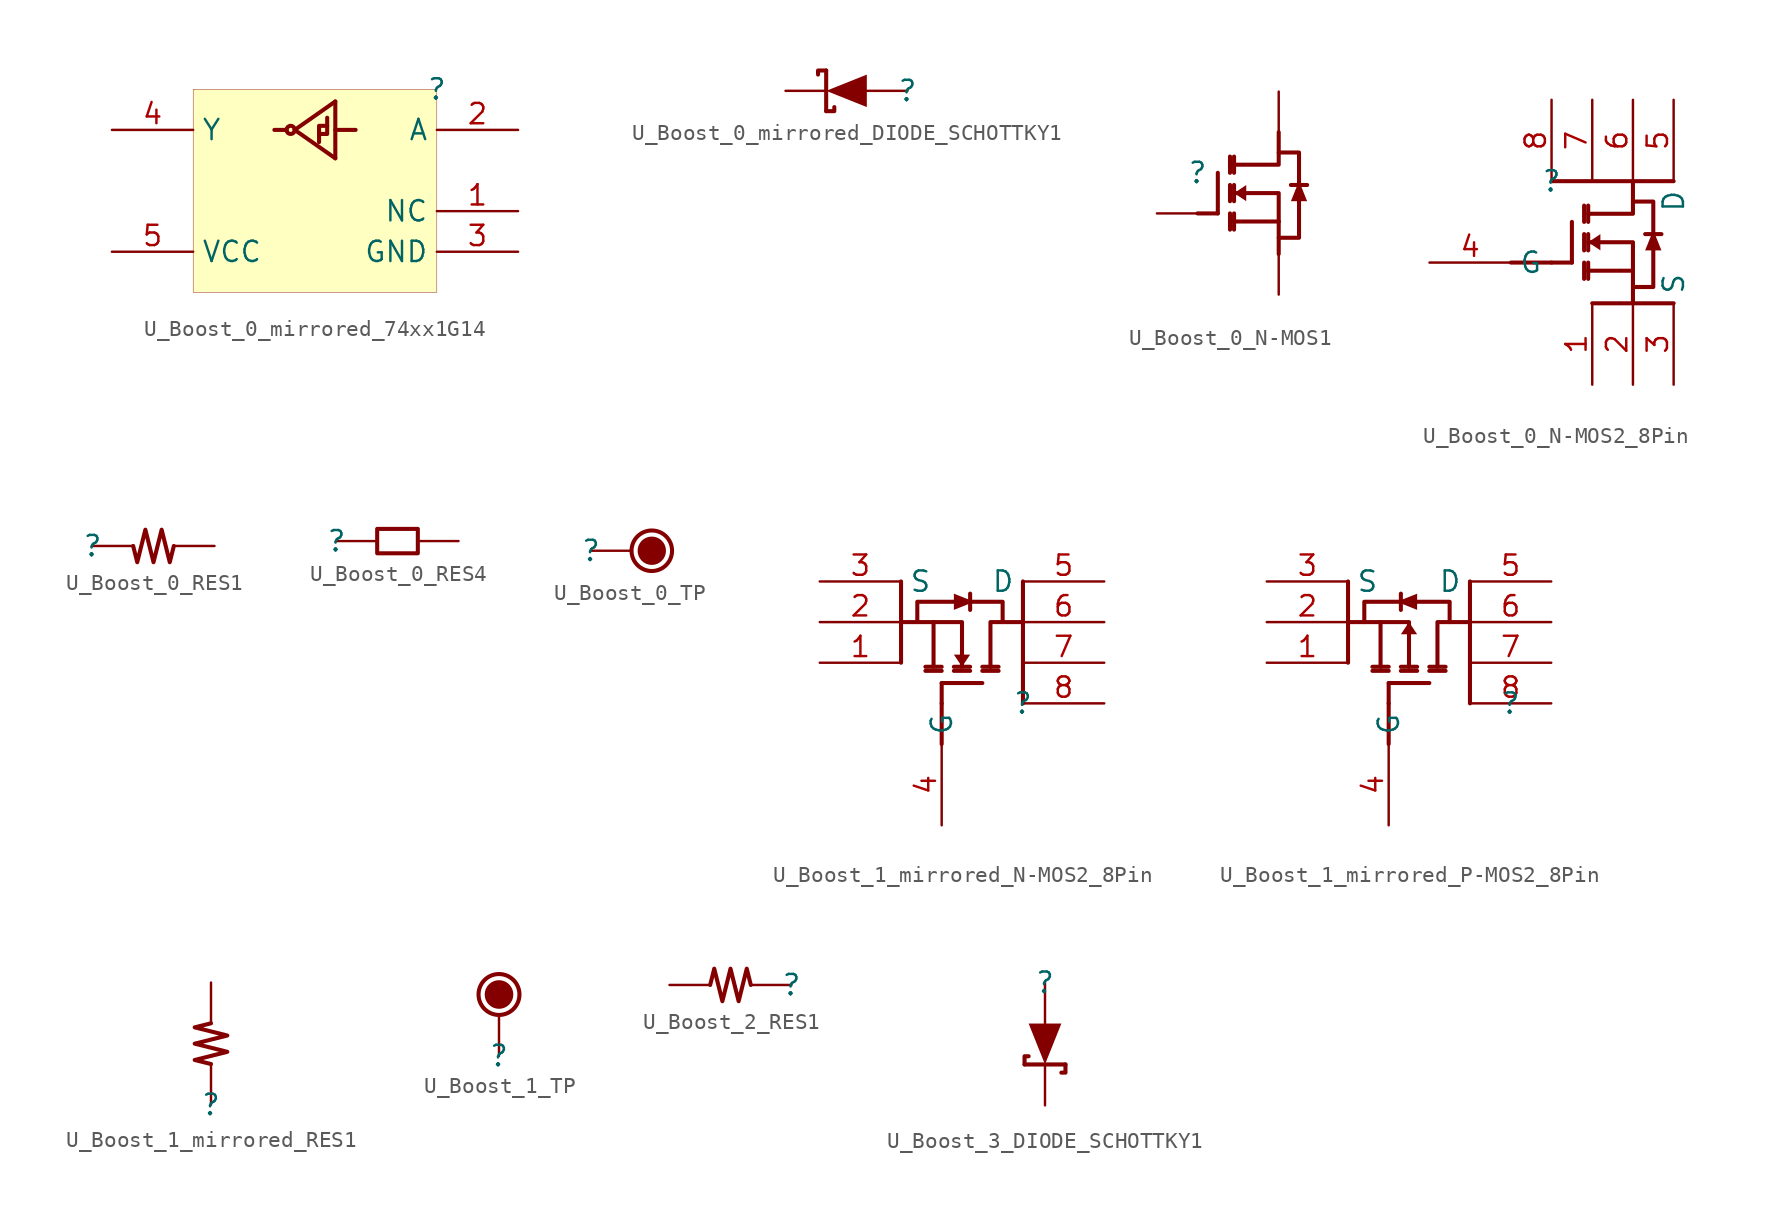
<source format=kicad_sym>
(kicad_symbol_lib
  (version 20231120)
  (generator "kicad_symbol_editor")
  (generator_version "8.0")
  (symbol "U_Boost_0_mirrored_74xx1G14"
    (property "Reference" ""
      (at 0 0 0)
      (effects (font (size 1.27 1.27))))
    (property "Value" ""
      (at 0 0 0)
      (effects (font (size 1.27 1.27))))
    (symbol "U_Boost_0_mirrored_74xx1G14_1_0"
      (circle (center -9.144 -2.54) (radius 0.254) (stroke (width 0.254) (type solid)) (fill (type none)))
      (rectangle (start 0 0) (end -15.24 -12.7) (stroke (width 0.025) (type solid) (color 128 0 0 1)) (fill (type background)))
      (polyline (pts (xy -9.398 -2.54) (xy -10.16 -2.54)) (stroke (width 0.254) (type solid)) (fill (type none)))
      (polyline (pts (xy -8.89 -2.54) (xy -6.35 -4.318)) (stroke (width 0.254) (type solid)) (fill (type none)))
      (polyline (pts (xy -8.89 -2.54) (xy -6.35 -0.762)) (stroke (width 0.254) (type solid)) (fill (type none)))
      (polyline (pts (xy -6.35 -2.54) (xy -5.08 -2.54)) (stroke (width 0.254) (type solid)) (fill (type none)))
      (polyline (pts (xy -6.35 -0.762) (xy -6.35 -4.318)) (stroke (width 0.254) (type solid)) (fill (type none)))
      (polyline (pts (xy -7.366 -3.302) (xy -7.366 -2.286) (xy -6.858 -2.286)) (stroke (width 0.254) (type solid)) (fill (type none)))
      (polyline (pts (xy -6.858 -1.778) (xy -6.858 -2.794) (xy -7.366 -2.794)) (stroke (width 0.254) (type solid)) (fill (type none)))
      (pin passive line (at 5.08 -7.62 180) (length 5.08) (name "NC" (effects (font (size 1.27 1.27)))) (number "1" (effects (font (size 1.27 1.27)))))
      (pin passive line (at 5.08 -2.54 180) (length 5.08) (name "A" (effects (font (size 1.27 1.27)))) (number "2" (effects (font (size 1.27 1.27)))))
      (pin passive line (at 5.08 -10.16 180) (length 5.08) (name "GND" (effects (font (size 1.27 1.27)))) (number "3" (effects (font (size 1.27 1.27)))))
      (pin passive line (at -20.32 -2.54 0) (length 5.08) (name "Y" (effects (font (size 1.27 1.27)))) (number "4" (effects (font (size 1.27 1.27)))))
      (pin passive line (at -20.32 -10.16 0) (length 5.08) (name "VCC" (effects (font (size 1.27 1.27)))) (number "5" (effects (font (size 1.27 1.27)))))))
  (symbol "U_Boost_0_mirrored_DIODE_SCHOTTKY1"
    (property "Reference" ""
      (at 0 0 0)
      (effects (font (size 1.27 1.27))))
    (property "Value" ""
      (at 0 0 0)
      (effects (font (size 1.27 1.27))))
    (symbol "U_Boost_0_mirrored_DIODE_SCHOTTKY1_1_0"
      (polyline (pts (xy -5.08 1.27) (xy -5.08 -1.27)) (stroke (width 0.254) (type solid)) (fill (type none)))
      (polyline (pts (xy -5.08 -1.27) (xy -4.572 -1.27) (xy -4.572 -1.016)) (stroke (width 0.254) (type solid)) (fill (type none)))
      (polyline (pts (xy -5.08 1.27) (xy -5.588 1.27) (xy -5.588 1.016)) (stroke (width 0.254) (type solid)) (fill (type none)))
      (polyline (pts (xy -5.08 0) (xy -2.54 1.016) (xy -2.54 -1.016) (xy -5.08 0)) (stroke (width -0.0001) (type solid)) (fill (type outline)))
      (pin passive line (at 0 0 180) (length 2.54) (name "A" (effects (font (size 0 0)))) (number "A" (effects (font (size 0 0)))))
      (pin passive line (at -7.62 0 0) (length 2.54) (name "K" (effects (font (size 0 0)))) (number "K" (effects (font (size 0 0)))))))
  (symbol "U_Boost_0_N-MOS1"
    (property "Reference" ""
      (at 0 0 0)
      (effects (font (size 1.27 1.27))))
    (property "Value" ""
      (at 0 0 0)
      (effects (font (size 1.27 1.27))))
    (symbol "U_Boost_0_N-MOS1_1_0"
      (polyline (pts (xy 0 -2.54) (xy 1.27 -2.54)) (stroke (width 0.254) (type solid)) (fill (type none)))
      (polyline (pts (xy 1.27 -2.54) (xy 1.27 0)) (stroke (width 0.254) (type solid)) (fill (type none)))
      (polyline (pts (xy 2.032 -2.54) (xy 2.032 -3.556)) (stroke (width 0.254) (type solid)) (fill (type none)))
      (polyline (pts (xy 2.032 -0.762) (xy 2.032 -1.778)) (stroke (width 0.254) (type solid)) (fill (type none)))
      (polyline (pts (xy 2.032 0) (xy 2.032 1.016)) (stroke (width 0.254) (type solid)) (fill (type none)))
      (polyline (pts (xy 2.286 -2.54) (xy 2.286 -3.556)) (stroke (width 0.254) (type solid)) (fill (type none)))
      (polyline (pts (xy 2.286 -0.762) (xy 2.286 -1.778)) (stroke (width 0.254) (type solid)) (fill (type none)))
      (polyline (pts (xy 2.286 1.016) (xy 2.286 0)) (stroke (width 0.254) (type solid)) (fill (type none)))
      (polyline (pts (xy 5.08 -5.08) (xy 5.08 -3.048)) (stroke (width 0.254) (type solid)) (fill (type none)))
      (polyline (pts (xy 5.08 -3.048) (xy 2.286 -3.048)) (stroke (width 0.254) (type solid)) (fill (type none)))
      (polyline (pts (xy 6.858 -0.762) (xy 5.842 -0.762)) (stroke (width 0.254) (type solid)) (fill (type none)))
      (polyline (pts (xy 5.08 -3.048) (xy 5.08 -1.27) (xy 2.286 -1.27)) (stroke (width 0.254) (type solid)) (fill (type none)))
      (polyline (pts (xy 5.08 2.54) (xy 5.08 0.508) (xy 2.286 0.508)) (stroke (width 0.254) (type solid)) (fill (type none)))
      (polyline (pts (xy 3.048 -1.778) (xy 3.048 -0.762) (xy 2.286 -1.27) (xy 3.048 -1.778)) (stroke (width -0.0001) (type solid)) (fill (type outline)))
      (polyline (pts (xy 5.08 1.27) (xy 6.35 1.27) (xy 6.35 -4.064) (xy 5.08 -4.064)) (stroke (width 0.254) (type solid)) (fill (type none)))
      (polyline (pts (xy 5.842 -1.778) (xy 6.858 -1.778) (xy 6.35 -0.508) (xy 5.842 -1.778)) (stroke (width -0.0001) (type solid)) (fill (type outline)))
      (pin passive line (at 5.08 5.08 270) (length 2.54) (name "D" (effects (font (size 0 0)))) (number "D" (effects (font (size 0 0)))))
      (pin passive line (at -2.54 -2.54 0) (length 2.54) (name "G" (effects (font (size 0 0)))) (number "G" (effects (font (size 0 0)))))
      (pin passive line (at 5.08 -7.62 90) (length 2.54) (name "S" (effects (font (size 0 0)))) (number "S" (effects (font (size 0 0)))))))
  (symbol "U_Boost_0_N-MOS2_8Pin"
    (property "Reference" ""
      (at 0 0 0)
      (effects (font (size 1.27 1.27))))
    (property "Value" ""
      (at 0 0 0)
      (effects (font (size 1.27 1.27))))
    (symbol "U_Boost_0_N-MOS2_8Pin_1_0"
      (polyline (pts (xy -2.54 -5.08) (xy 0 -5.08)) (stroke (width 0.254) (type solid)) (fill (type none)))
      (polyline (pts (xy 0 -5.08) (xy 1.27 -5.08)) (stroke (width 0.254) (type solid)) (fill (type none)))
      (polyline (pts (xy 0 0) (xy 7.62 0)) (stroke (width 0.254) (type solid)) (fill (type none)))
      (polyline (pts (xy 1.27 -5.08) (xy 1.27 -2.54)) (stroke (width 0.254) (type solid)) (fill (type none)))
      (polyline (pts (xy 2.032 -5.08) (xy 2.032 -6.096)) (stroke (width 0.254) (type solid)) (fill (type none)))
      (polyline (pts (xy 2.032 -3.302) (xy 2.032 -4.318)) (stroke (width 0.254) (type solid)) (fill (type none)))
      (polyline (pts (xy 2.032 -2.54) (xy 2.032 -1.524)) (stroke (width 0.254) (type solid)) (fill (type none)))
      (polyline (pts (xy 2.286 -5.08) (xy 2.286 -6.096)) (stroke (width 0.254) (type solid)) (fill (type none)))
      (polyline (pts (xy 2.286 -3.302) (xy 2.286 -4.318)) (stroke (width 0.254) (type solid)) (fill (type none)))
      (polyline (pts (xy 2.286 -1.524) (xy 2.286 -2.54)) (stroke (width 0.254) (type solid)) (fill (type none)))
      (polyline (pts (xy 2.54 -7.62) (xy 7.62 -7.62)) (stroke (width 0.254) (type solid)) (fill (type none)))
      (polyline (pts (xy 5.08 -7.62) (xy 5.08 -5.588)) (stroke (width 0.254) (type solid)) (fill (type none)))
      (polyline (pts (xy 5.08 -5.588) (xy 2.286 -5.588)) (stroke (width 0.254) (type solid)) (fill (type none)))
      (polyline (pts (xy 6.858 -3.302) (xy 5.842 -3.302)) (stroke (width 0.254) (type solid)) (fill (type none)))
      (polyline (pts (xy 5.08 -5.588) (xy 5.08 -3.81) (xy 2.286 -3.81)) (stroke (width 0.254) (type solid)) (fill (type none)))
      (polyline (pts (xy 5.08 0) (xy 5.08 -2.032) (xy 2.286 -2.032)) (stroke (width 0.254) (type solid)) (fill (type none)))
      (polyline (pts (xy 3.048 -4.318) (xy 3.048 -3.302) (xy 2.286 -3.81) (xy 3.048 -4.318)) (stroke (width -0.0001) (type solid)) (fill (type outline)))
      (polyline (pts (xy 5.08 -1.27) (xy 6.35 -1.27) (xy 6.35 -6.604) (xy 5.08 -6.604)) (stroke (width 0.254) (type solid)) (fill (type none)))
      (polyline (pts (xy 5.842 -4.318) (xy 6.858 -4.318) (xy 6.35 -3.048) (xy 5.842 -4.318)) (stroke (width -0.0001) (type solid)) (fill (type outline)))
      (pin passive line (at 2.54 -12.7 90) (length 5.08) (name "S" (effects (font (size 0 0)))) (number "1" (effects (font (size 1.27 1.27)))))
      (pin passive line (at 5.08 -12.7 90) (length 5.08) (name "S" (effects (font (size 0 0)))) (number "2" (effects (font (size 1.27 1.27)))))
      (pin passive line (at 7.62 -12.7 90) (length 5.08) (name "S" (effects (font (size 1.27 1.27)))) (number "3" (effects (font (size 1.27 1.27)))))
      (pin passive line (at -7.62 -5.08 0) (length 5.08) (name "G" (effects (font (size 1.27 1.27)))) (number "4" (effects (font (size 1.27 1.27)))))
      (pin passive line (at 7.62 5.08 270) (length 5.08) (name "D" (effects (font (size 1.27 1.27)))) (number "5" (effects (font (size 1.27 1.27)))))
      (pin passive line (at 5.08 5.08 270) (length 5.08) (name "D" (effects (font (size 0 0)))) (number "6" (effects (font (size 1.27 1.27)))))
      (pin passive line (at 2.54 5.08 270) (length 5.08) (name "D" (effects (font (size 0 0)))) (number "7" (effects (font (size 1.27 1.27)))))
      (pin passive line (at 0 5.08 270) (length 5.08) (name "D" (effects (font (size 0 0)))) (number "8" (effects (font (size 1.27 1.27)))))))
  (symbol "U_Boost_0_RES1"
    (property "Reference" ""
      (at 0 0 0)
      (effects (font (size 1.27 1.27))))
    (property "Value" ""
      (at 0 0 0)
      (effects (font (size 1.27 1.27))))
    (symbol "U_Boost_0_RES1_1_0"
      (polyline (pts (xy 2.54 0) (xy 2.794 -1.016) (xy 3.302 1.016) (xy 3.81 -1.016) (xy 4.318 1.016) (xy 4.826 -1.016) (xy 5.08 0)) (stroke (width 0.254) (type solid)) (fill (type none)))
      (pin passive line (at 0 0 0) (length 2.54) (name "1" (effects (font (size 0 0)))) (number "1" (effects (font (size 0 0)))))
      (pin passive line (at 7.62 0 180) (length 2.54) (name "2" (effects (font (size 0 0)))) (number "2" (effects (font (size 0 0)))))))
  (symbol "U_Boost_0_RES4"
    (property "Reference" ""
      (at 0 0 0)
      (effects (font (size 1.27 1.27))))
    (property "Value" ""
      (at 0 0 0)
      (effects (font (size 1.27 1.27))))
    (symbol "U_Boost_0_RES4_1_0"
      (polyline (pts (xy 2.54 0) (xy 2.54 0.762) (xy 5.08 0.762) (xy 5.08 -0.762) (xy 2.54 -0.762) (xy 2.54 0)) (stroke (width 0.254) (type solid)) (fill (type none)))
      (pin passive line (at 0 0 0) (length 2.54) (name "1" (effects (font (size 0 0)))) (number "1" (effects (font (size 0 0)))))
      (pin passive line (at 7.62 0 180) (length 2.54) (name "2" (effects (font (size 0 0)))) (number "2" (effects (font (size 0 0)))))))
  (symbol "U_Boost_0_TP"
    (property "Reference" ""
      (at 0 0 0)
      (effects (font (size 1.27 1.27))))
    (property "Value" ""
      (at 0 0 0)
      (effects (font (size 1.27 1.27))))
    (symbol "U_Boost_0_TP_1_0"
      (circle (center 3.81 0) (radius 0.762) (stroke (width 0.254) (type solid)) (fill (type outline)))
      (circle (center 3.81 0) (radius 1.27) (stroke (width 0.254) (type solid)) (fill (type none)))
      (pin passive line (at 0 0 0) (length 2.54) (name "1" (effects (font (size 0 0)))) (number "1" (effects (font (size 0 0)))))))
  (symbol "U_Boost_1_mirrored_N-MOS2_8Pin"
    (property "Reference" ""
      (at 0 0 0)
      (effects (font (size 1.27 1.27))))
    (property "Value" ""
      (at 0 0 0)
      (effects (font (size 1.27 1.27))))
    (symbol "U_Boost_1_mirrored_N-MOS2_8Pin_1_0"
      (polyline (pts (xy -7.62 2.54) (xy -7.62 7.62)) (stroke (width 0.254) (type solid)) (fill (type none)))
      (polyline (pts (xy -7.62 5.08) (xy -5.588 5.08)) (stroke (width 0.254) (type solid)) (fill (type none)))
      (polyline (pts (xy -5.588 5.08) (xy -5.588 2.286)) (stroke (width 0.254) (type solid)) (fill (type none)))
      (polyline (pts (xy -5.08 -2.54) (xy -5.08 0)) (stroke (width 0.254) (type solid)) (fill (type none)))
      (polyline (pts (xy -5.08 0) (xy -5.08 1.27)) (stroke (width 0.254) (type solid)) (fill (type none)))
      (polyline (pts (xy -5.08 1.27) (xy -2.54 1.27)) (stroke (width 0.254) (type solid)) (fill (type none)))
      (polyline (pts (xy -5.08 2.032) (xy -6.096 2.032)) (stroke (width 0.254) (type solid)) (fill (type none)))
      (polyline (pts (xy -5.08 2.286) (xy -6.096 2.286)) (stroke (width 0.254) (type solid)) (fill (type none)))
      (polyline (pts (xy -3.302 2.032) (xy -4.318 2.032)) (stroke (width 0.254) (type solid)) (fill (type none)))
      (polyline (pts (xy -3.302 2.286) (xy -4.318 2.286)) (stroke (width 0.254) (type solid)) (fill (type none)))
      (polyline (pts (xy -3.302 6.858) (xy -3.302 5.842)) (stroke (width 0.254) (type solid)) (fill (type none)))
      (polyline (pts (xy -2.54 2.032) (xy -1.524 2.032)) (stroke (width 0.254) (type solid)) (fill (type none)))
      (polyline (pts (xy -1.524 2.286) (xy -2.54 2.286)) (stroke (width 0.254) (type solid)) (fill (type none)))
      (polyline (pts (xy 0 0) (xy 0 7.62)) (stroke (width 0.254) (type solid)) (fill (type none)))
      (polyline (pts (xy -5.588 5.08) (xy -3.81 5.08) (xy -3.81 2.286)) (stroke (width 0.254) (type solid)) (fill (type none)))
      (polyline (pts (xy 0 5.08) (xy -2.032 5.08) (xy -2.032 2.286)) (stroke (width 0.254) (type solid)) (fill (type none)))
      (polyline (pts (xy -4.318 3.048) (xy -3.302 3.048) (xy -3.81 2.286) (xy -4.318 3.048)) (stroke (width -0.0001) (type solid)) (fill (type outline)))
      (polyline (pts (xy -4.318 5.842) (xy -4.318 6.858) (xy -3.048 6.35) (xy -4.318 5.842)) (stroke (width -0.0001) (type solid)) (fill (type outline)))
      (polyline (pts (xy -1.27 5.08) (xy -1.27 6.35) (xy -6.604 6.35) (xy -6.604 5.08)) (stroke (width 0.254) (type solid)) (fill (type none)))
      (pin passive line (at -12.7 2.54 0) (length 5.08) (name "S" (effects (font (size 0 0)))) (number "1" (effects (font (size 1.27 1.27)))))
      (pin passive line (at -12.7 5.08 0) (length 5.08) (name "S" (effects (font (size 0 0)))) (number "2" (effects (font (size 1.27 1.27)))))
      (pin passive line (at -12.7 7.62 0) (length 5.08) (name "S" (effects (font (size 1.27 1.27)))) (number "3" (effects (font (size 1.27 1.27)))))
      (pin passive line (at -5.08 -7.62 90) (length 5.08) (name "G" (effects (font (size 1.27 1.27)))) (number "4" (effects (font (size 1.27 1.27)))))
      (pin passive line (at 5.08 7.62 180) (length 5.08) (name "D" (effects (font (size 1.27 1.27)))) (number "5" (effects (font (size 1.27 1.27)))))
      (pin passive line (at 5.08 5.08 180) (length 5.08) (name "D" (effects (font (size 0 0)))) (number "6" (effects (font (size 1.27 1.27)))))
      (pin passive line (at 5.08 2.54 180) (length 5.08) (name "D" (effects (font (size 0 0)))) (number "7" (effects (font (size 1.27 1.27)))))
      (pin passive line (at 5.08 0 180) (length 5.08) (name "D" (effects (font (size 0 0)))) (number "8" (effects (font (size 1.27 1.27)))))))
  (symbol "U_Boost_1_mirrored_P-MOS2_8Pin"
    (property "Reference" ""
      (at 0 0 0)
      (effects (font (size 1.27 1.27))))
    (property "Value" ""
      (at 0 0 0)
      (effects (font (size 1.27 1.27))))
    (symbol "U_Boost_1_mirrored_P-MOS2_8Pin_1_0"
      (polyline (pts (xy -10.16 2.54) (xy -10.16 7.62)) (stroke (width 0.254) (type solid)) (fill (type none)))
      (polyline (pts (xy -10.16 5.08) (xy -8.128 5.08)) (stroke (width 0.254) (type solid)) (fill (type none)))
      (polyline (pts (xy -8.128 5.08) (xy -8.128 2.286)) (stroke (width 0.254) (type solid)) (fill (type none)))
      (polyline (pts (xy -7.62 0) (xy -7.62 -2.54)) (stroke (width 0.254) (type solid)) (fill (type none)))
      (polyline (pts (xy -7.62 0) (xy -7.62 1.27)) (stroke (width 0.254) (type solid)) (fill (type none)))
      (polyline (pts (xy -7.62 1.27) (xy -5.08 1.27)) (stroke (width 0.254) (type solid)) (fill (type none)))
      (polyline (pts (xy -7.62 2.032) (xy -8.636 2.032)) (stroke (width 0.254) (type solid)) (fill (type none)))
      (polyline (pts (xy -7.62 2.286) (xy -8.636 2.286)) (stroke (width 0.254) (type solid)) (fill (type none)))
      (polyline (pts (xy -6.858 5.842) (xy -6.858 6.858)) (stroke (width 0.254) (type solid)) (fill (type none)))
      (polyline (pts (xy -5.842 2.032) (xy -6.858 2.032)) (stroke (width 0.254) (type solid)) (fill (type none)))
      (polyline (pts (xy -5.842 2.286) (xy -6.858 2.286)) (stroke (width 0.254) (type solid)) (fill (type none)))
      (polyline (pts (xy -5.08 2.032) (xy -4.064 2.032)) (stroke (width 0.254) (type solid)) (fill (type none)))
      (polyline (pts (xy -4.064 2.286) (xy -5.08 2.286)) (stroke (width 0.254) (type solid)) (fill (type none)))
      (polyline (pts (xy -2.54 0) (xy -2.54 7.62)) (stroke (width 0.254) (type solid)) (fill (type none)))
      (polyline (pts (xy -8.128 5.08) (xy -6.35 5.08) (xy -6.35 2.286)) (stroke (width 0.254) (type solid)) (fill (type none)))
      (polyline (pts (xy -2.54 5.08) (xy -4.572 5.08) (xy -4.572 2.286)) (stroke (width 0.254) (type solid)) (fill (type none)))
      (polyline (pts (xy -5.842 4.318) (xy -6.858 4.318) (xy -6.35 5.08) (xy -5.842 4.318)) (stroke (width -0.0001) (type solid)) (fill (type outline)))
      (polyline (pts (xy -5.842 6.858) (xy -5.842 5.842) (xy -7.112 6.35) (xy -5.842 6.858)) (stroke (width -0.0001) (type solid)) (fill (type outline)))
      (polyline (pts (xy -3.81 5.08) (xy -3.81 6.35) (xy -9.144 6.35) (xy -9.144 5.08)) (stroke (width 0.254) (type solid)) (fill (type none)))
      (pin passive line (at -15.24 2.54 0) (length 5.08) (name "S" (effects (font (size 0 0)))) (number "1" (effects (font (size 1.27 1.27)))))
      (pin passive line (at -15.24 5.08 0) (length 5.08) (name "S" (effects (font (size 0 0)))) (number "2" (effects (font (size 1.27 1.27)))))
      (pin passive line (at -15.24 7.62 0) (length 5.08) (name "S" (effects (font (size 1.27 1.27)))) (number "3" (effects (font (size 1.27 1.27)))))
      (pin passive line (at -7.62 -7.62 90) (length 5.08) (name "G" (effects (font (size 1.27 1.27)))) (number "4" (effects (font (size 1.27 1.27)))))
      (pin passive line (at 2.54 7.62 180) (length 5.08) (name "D" (effects (font (size 1.27 1.27)))) (number "5" (effects (font (size 1.27 1.27)))))
      (pin passive line (at 2.54 5.08 180) (length 5.08) (name "D" (effects (font (size 0 0)))) (number "6" (effects (font (size 1.27 1.27)))))
      (pin passive line (at 2.54 2.54 180) (length 5.08) (name "D" (effects (font (size 0 0)))) (number "7" (effects (font (size 1.27 1.27)))))
      (pin passive line (at 2.54 0 180) (length 5.08) (name "D" (effects (font (size 0 0)))) (number "8" (effects (font (size 1.27 1.27)))))))
  (symbol "U_Boost_1_mirrored_RES1"
    (property "Reference" ""
      (at 0 0 0)
      (effects (font (size 1.27 1.27))))
    (property "Value" ""
      (at 0 0 0)
      (effects (font (size 1.27 1.27))))
    (symbol "U_Boost_1_mirrored_RES1_1_0"
      (polyline (pts (xy 0 2.54) (xy -1.016 2.794) (xy 1.016 3.302) (xy -1.016 3.81) (xy 1.016 4.318) (xy -1.016 4.826) (xy 0 5.08)) (stroke (width 0.254) (type solid)) (fill (type none)))
      (pin passive line (at 0 0 90) (length 2.54) (name "1" (effects (font (size 0 0)))) (number "1" (effects (font (size 0 0)))))
      (pin passive line (at 0 7.62 270) (length 2.54) (name "2" (effects (font (size 0 0)))) (number "2" (effects (font (size 0 0)))))))
  (symbol "U_Boost_1_TP"
    (property "Reference" ""
      (at 0 0 0)
      (effects (font (size 1.27 1.27))))
    (property "Value" ""
      (at 0 0 0)
      (effects (font (size 1.27 1.27))))
    (symbol "U_Boost_1_TP_1_0"
      (circle (center 0 3.81) (radius 0.762) (stroke (width 0.254) (type solid)) (fill (type outline)))
      (circle (center 0 3.81) (radius 1.27) (stroke (width 0.254) (type solid)) (fill (type none)))
      (pin passive line (at 0 0 90) (length 2.54) (name "1" (effects (font (size 0 0)))) (number "1" (effects (font (size 0 0)))))))
  (symbol "U_Boost_2_RES1"
    (property "Reference" ""
      (at 0 0 0)
      (effects (font (size 1.27 1.27))))
    (property "Value" ""
      (at 0 0 0)
      (effects (font (size 1.27 1.27))))
    (symbol "U_Boost_2_RES1_1_0"
      (polyline (pts (xy -2.54 0) (xy -2.794 1.016) (xy -3.302 -1.016) (xy -3.81 1.016) (xy -4.318 -1.016) (xy -4.826 1.016) (xy -5.08 0)) (stroke (width 0.254) (type solid)) (fill (type none)))
      (pin passive line (at 0 0 180) (length 2.54) (name "1" (effects (font (size 0 0)))) (number "1" (effects (font (size 0 0)))))
      (pin passive line (at -7.62 0 0) (length 2.54) (name "2" (effects (font (size 0 0)))) (number "2" (effects (font (size 0 0)))))))
  (symbol "U_Boost_3_DIODE_SCHOTTKY1"
    (property "Reference" ""
      (at 0 0 0)
      (effects (font (size 1.27 1.27))))
    (property "Value" ""
      (at 0 0 0)
      (effects (font (size 1.27 1.27))))
    (symbol "U_Boost_3_DIODE_SCHOTTKY1_1_0"
      (polyline (pts (xy 1.27 -5.08) (xy -1.27 -5.08)) (stroke (width 0.254) (type solid)) (fill (type none)))
      (polyline (pts (xy -1.27 -5.08) (xy -1.27 -4.572) (xy -1.016 -4.572)) (stroke (width 0.254) (type solid)) (fill (type none)))
      (polyline (pts (xy 1.27 -5.08) (xy 1.27 -5.588) (xy 1.016 -5.588)) (stroke (width 0.254) (type solid)) (fill (type none)))
      (polyline (pts (xy 0 -5.08) (xy 1.016 -2.54) (xy -1.016 -2.54) (xy 0 -5.08)) (stroke (width -0.0001) (type solid)) (fill (type outline)))
      (pin passive line (at 0 0 270) (length 2.54) (name "A" (effects (font (size 0 0)))) (number "A" (effects (font (size 0 0)))))
      (pin passive line (at 0 -7.62 90) (length 2.54) (name "K" (effects (font (size 0 0)))) (number "K" (effects (font (size 0 0))))))))
</source>
